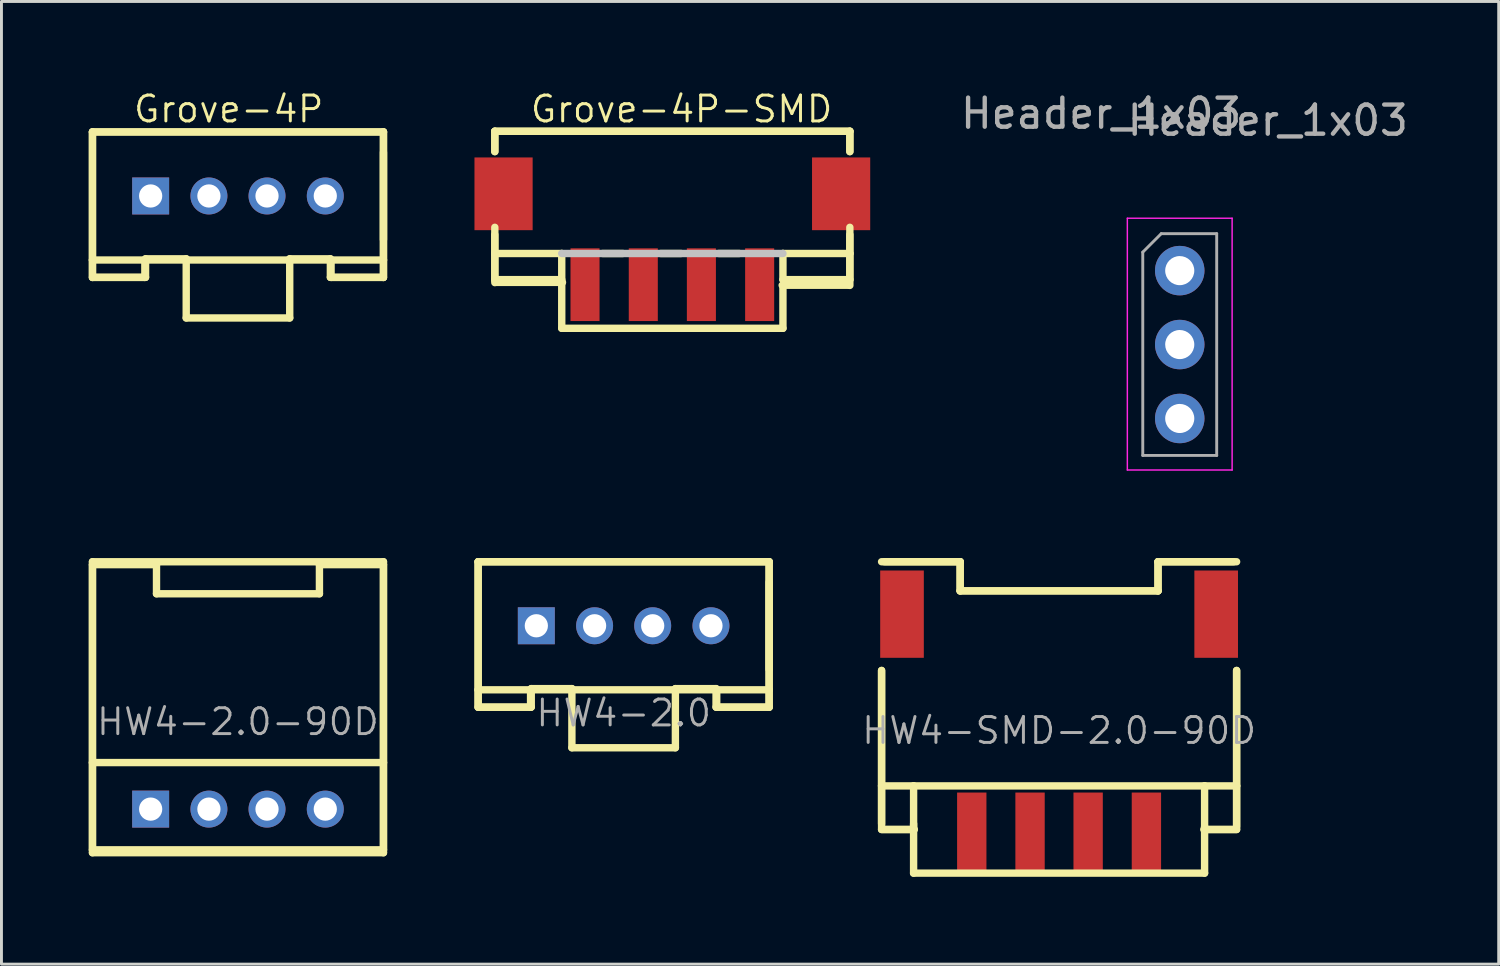
<source format=kicad_pcb>
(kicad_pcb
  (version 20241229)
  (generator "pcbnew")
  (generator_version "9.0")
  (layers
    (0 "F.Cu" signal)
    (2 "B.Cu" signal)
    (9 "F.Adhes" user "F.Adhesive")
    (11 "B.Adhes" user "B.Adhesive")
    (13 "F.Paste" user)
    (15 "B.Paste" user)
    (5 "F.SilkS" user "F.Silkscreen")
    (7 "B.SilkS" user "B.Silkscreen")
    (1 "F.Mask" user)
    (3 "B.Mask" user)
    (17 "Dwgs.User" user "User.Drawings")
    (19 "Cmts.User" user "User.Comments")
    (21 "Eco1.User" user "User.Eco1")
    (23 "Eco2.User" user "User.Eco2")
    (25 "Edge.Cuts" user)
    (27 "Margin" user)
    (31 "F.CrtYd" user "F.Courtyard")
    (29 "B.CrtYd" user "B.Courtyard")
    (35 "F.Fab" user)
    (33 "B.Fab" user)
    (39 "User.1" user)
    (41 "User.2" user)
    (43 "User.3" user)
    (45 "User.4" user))
  (footprint "Grove-4P"
    (layer "F.Cu")
    (at 5.126 3.683)
    (property "Reference" "Grove-4P" (at -0.318 -2.985 0) (layer "F.SilkS") (effects (font (size 0.889 0.889) (thickness 0.102))))
    (attr exclude_from_pos_files exclude_from_bom)
    (fp_line (start -4.999 -2.2) (end -4.999 2.2) (stroke (width 0.254) (type solid)) (layer "F.SilkS"))
    (fp_line (start -4.999 -2.2) (end 4.999 -2.2) (stroke (width 0.254) (type solid)) (layer "F.SilkS"))
    (fp_line (start -4.999 -2.2) (end 4.999 -2.2) (stroke (width 0.254) (type solid)) (layer "F.SilkS"))
    (fp_line (start -4.999 -0.998) (end -4.999 0.998) (stroke (width 0.127) (type solid)) (layer "F.SilkS"))
    (fp_line (start -4.999 2.2) (end -4.999 2.799) (stroke (width 0.254) (type solid)) (layer "F.SilkS"))
    (fp_line (start -4.999 2.2) (end -3.198 2.2) (stroke (width 0.254) (type solid)) (layer "F.SilkS"))
    (fp_line (start -4.999 2.799) (end -4.999 -2.2) (stroke (width 0.254) (type solid)) (layer "F.SilkS"))
    (fp_line (start -4.999 2.799) (end -3.198 2.799) (stroke (width 0.254) (type solid)) (layer "F.SilkS"))
    (fp_line (start -4.953 2.794) (end -3.175 2.794) (stroke (width 0.254) (type solid)) (layer "F.SilkS"))
    (fp_line (start -3.198 2.2) (end 3.198 2.2) (stroke (width 0.254) (type solid)) (layer "F.SilkS"))
    (fp_line (start -3.198 2.799) (end -3.198 2.2) (stroke (width 0.254) (type solid)) (layer "F.SilkS"))
    (fp_line (start -3.175 2.159) (end -1.778 2.159) (stroke (width 0.254) (type solid)) (layer "F.SilkS"))
    (fp_line (start -3.175 2.794) (end -3.175 2.159) (stroke (width 0.254) (type solid)) (layer "F.SilkS"))
    (fp_line (start -1.778 2.159) (end -1.778 4.191) (stroke (width 0.254) (type solid)) (layer "F.SilkS"))
    (fp_line (start -1.778 4.191) (end 1.778 4.191) (stroke (width 0.254) (type solid)) (layer "F.SilkS"))
    (fp_line (start 1.778 2.159) (end 3.175 2.159) (stroke (width 0.254) (type solid)) (layer "F.SilkS"))
    (fp_line (start 1.778 4.191) (end 1.778 2.159) (stroke (width 0.254) (type solid)) (layer "F.SilkS"))
    (fp_line (start 3.175 2.159) (end 3.175 2.794) (stroke (width 0.254) (type solid)) (layer "F.SilkS"))
    (fp_line (start 3.175 2.794) (end 4.953 2.794) (stroke (width 0.254) (type solid)) (layer "F.SilkS"))
    (fp_line (start 3.198 2.2) (end 3.198 2.799) (stroke (width 0.254) (type solid)) (layer "F.SilkS"))
    (fp_line (start 3.198 2.2) (end 4.999 2.2) (stroke (width 0.254) (type solid)) (layer "F.SilkS"))
    (fp_line (start 3.198 2.799) (end 4.999 2.799) (stroke (width 0.254) (type solid)) (layer "F.SilkS"))
    (fp_line (start 4.999 -2.2) (end 4.999 2.799) (stroke (width 0.254) (type solid)) (layer "F.SilkS"))
    (fp_line (start 4.999 -1.499) (end 4.999 1.499) (stroke (width 0.254) (type solid)) (layer "F.SilkS"))
    (fp_line (start 4.999 2.2) (end 4.999 -2.2) (stroke (width 0.254) (type solid)) (layer "F.SilkS"))
    (fp_line (start 4.999 2.799) (end 4.999 2.2) (stroke (width 0.254) (type solid)) (layer "F.SilkS"))
    (pad "1" thru_hole rect (at -3 0) (size 1.27 1.27) (drill 0.798) (layers "*.Cu" "*.Paste" "*.Mask"))
    (pad "2" thru_hole circle (at -0.998 0) (size 1.27 1.27) (drill 0.798) (layers "*.Cu" "*.Paste" "*.Mask"))
    (pad "3" thru_hole circle (at 0.998 0) (size 1.27 1.27) (drill 0.798) (layers "*.Cu" "*.Paste" "*.Mask"))
    (pad "4" thru_hole circle (at 3 0) (size 1.27 1.27) (drill 0.798) (layers "*.Cu" "*.Paste" "*.Mask")))
  (footprint "Grove-4P-SMD"
    (layer "F.Cu")
    (at 20.05 6.731)
    (property "Reference" "Grove-4P-SMD" (at 0.318 -6.032 0) (layer "F.SilkS") (effects (font (size 0.889 0.889) (thickness 0.102))))
    (attr smd)
    (fp_line (start -6.099 -5.271) (end -6.099 -4.572) (stroke (width 0.254) (type solid)) (layer "F.SilkS"))
    (fp_line (start -6.099 -5.271) (end -6.099 -4.572) (stroke (width 0.254) (type solid)) (layer "F.SilkS"))
    (fp_line (start -6.099 -5.271) (end 6.099 -5.271) (stroke (width 0.254) (type solid)) (layer "F.SilkS"))
    (fp_line (start -6.099 -5.271) (end 6.099 -5.271) (stroke (width 0.254) (type solid)) (layer "F.SilkS"))
    (fp_line (start -6.099 -1.971) (end -6.099 -0.071) (stroke (width 0.254) (type solid)) (layer "F.SilkS"))
    (fp_line (start -6.099 -1.072) (end -6.099 -1.717) (stroke (width 0.254) (type solid)) (layer "F.SilkS"))
    (fp_line (start -6.099 -1.072) (end -6.099 -0.173) (stroke (width 0.254) (type solid)) (layer "F.SilkS"))
    (fp_line (start -6.099 -1.072) (end -3.8 -1.072) (stroke (width 0.254) (type solid)) (layer "F.SilkS"))
    (fp_line (start -6.099 -0.173) (end -3.8 -0.173) (stroke (width 0.254) (type solid)) (layer "F.SilkS"))
    (fp_line (start -6.053 -0.079) (end -3.774 -0.079) (stroke (width 0.254) (type solid)) (layer "F.SilkS"))
    (fp_line (start -3.8 -0.173) (end -3.8 -1.072) (stroke (width 0.254) (type solid)) (layer "F.SilkS"))
    (fp_line (start -3.8 1.499) (end -3.8 -0.071) (stroke (width 0.254) (type solid)) (layer "F.SilkS"))
    (fp_line (start -2.398 -1.072) (end -1.699 -1.072) (stroke (width 0.254) (type solid)) (layer "F.SilkS"))
    (fp_line (start -0.399 -1.072) (end 0.3 -1.072) (stroke (width 0.254) (type solid)) (layer "F.SilkS"))
    (fp_line (start 1.598 -1.072) (end 2.299 -1.072) (stroke (width 0.254) (type solid)) (layer "F.SilkS"))
    (fp_line (start 3.774 0.02) (end 6.053 0.02) (stroke (width 0.254) (type solid)) (layer "F.SilkS"))
    (fp_line (start 3.8 -1.072) (end 3.8 -0.173) (stroke (width 0.254) (type solid)) (layer "F.SilkS"))
    (fp_line (start 3.8 -1.072) (end 6.099 -1.072) (stroke (width 0.254) (type solid)) (layer "F.SilkS"))
    (fp_line (start 3.8 -0.173) (end 6.099 -0.173) (stroke (width 0.254) (type solid)) (layer "F.SilkS"))
    (fp_line (start 3.8 0.025) (end 3.8 1.499) (stroke (width 0.254) (type solid)) (layer "F.SilkS"))
    (fp_line (start 3.8 1.499) (end -3.8 1.499) (stroke (width 0.254) (type solid)) (layer "F.SilkS"))
    (fp_line (start 6.099 -5.271) (end 6.099 -4.572) (stroke (width 0.254) (type solid)) (layer "F.SilkS"))
    (fp_line (start 6.099 -5.271) (end 6.099 -4.572) (stroke (width 0.254) (type solid)) (layer "F.SilkS"))
    (fp_line (start 6.099 -1.971) (end 6.099 0.025) (stroke (width 0.254) (type solid)) (layer "F.SilkS"))
    (fp_line (start 6.099 -1.072) (end 6.099 -1.717) (stroke (width 0.254) (type solid)) (layer "F.SilkS"))
    (fp_line (start 6.099 -0.173) (end 6.099 -1.072) (stroke (width 0.254) (type solid)) (layer "F.SilkS"))
    (fp_line (start -3.8 -1.072) (end 3.8 -1.072) (stroke (width 0.254) (type solid)) (layer "Dwgs.User"))
    (pad "1" smd rect (at -3 0 90) (size 2.499 0.998) (layers "F.Cu" "F.Mask" "F.Paste"))
    (pad "2" smd rect (at -0.998 0 90) (size 2.499 0.998) (layers "F.Cu" "F.Mask" "F.Paste"))
    (pad "3" smd rect (at 0.998 0 90) (size 2.499 0.998) (layers "F.Cu" "F.Mask" "F.Paste"))
    (pad "4" smd rect (at 3 0 90) (size 2.499 0.998) (layers "F.Cu" "F.Mask" "F.Paste"))
    (pad "SS1" smd rect (at -5.799 -3.122 90) (size 2.499 1.999) (layers "F.Cu" "F.Mask" "F.Paste"))
    (pad "SS2" smd rect (at 5.799 -3.122 90) (size 2.499 1.999) (layers "F.Cu" "F.Mask" "F.Paste")))
  (footprint "HW4-2.0"
    (layer "F.Cu")
    (at 18.377 18.45)
    (property "Reference" "HW4-2.0" (at 0.002 3 0) (layer "F.Fab") (effects (font (size 0.889 0.889) (thickness 0.102))))
    (attr exclude_from_pos_files exclude_from_bom)
    (fp_line (start -4.999 -2.2) (end -4.999 2.2) (stroke (width 0.254) (type solid)) (layer "F.SilkS"))
    (fp_line (start -4.999 -2.2) (end 4.999 -2.2) (stroke (width 0.254) (type solid)) (layer "F.SilkS"))
    (fp_line (start -4.999 -2.2) (end 4.999 -2.2) (stroke (width 0.254) (type solid)) (layer "F.SilkS"))
    (fp_line (start -4.999 -0.998) (end -4.999 0.998) (stroke (width 0.127) (type solid)) (layer "F.SilkS"))
    (fp_line (start -4.999 2.2) (end -4.999 2.799) (stroke (width 0.254) (type solid)) (layer "F.SilkS"))
    (fp_line (start -4.999 2.2) (end -3.198 2.2) (stroke (width 0.254) (type solid)) (layer "F.SilkS"))
    (fp_line (start -4.999 2.799) (end -4.999 -2.2) (stroke (width 0.254) (type solid)) (layer "F.SilkS"))
    (fp_line (start -4.999 2.799) (end -3.198 2.799) (stroke (width 0.254) (type solid)) (layer "F.SilkS"))
    (fp_line (start -4.953 2.794) (end -3.175 2.794) (stroke (width 0.254) (type solid)) (layer "F.SilkS"))
    (fp_line (start -3.198 2.2) (end 3.198 2.2) (stroke (width 0.254) (type solid)) (layer "F.SilkS"))
    (fp_line (start -3.198 2.799) (end -3.198 2.2) (stroke (width 0.254) (type solid)) (layer "F.SilkS"))
    (fp_line (start -3.175 2.159) (end -1.778 2.159) (stroke (width 0.254) (type solid)) (layer "F.SilkS"))
    (fp_line (start -3.175 2.794) (end -3.175 2.159) (stroke (width 0.254) (type solid)) (layer "F.SilkS"))
    (fp_line (start -1.778 2.159) (end -1.778 4.191) (stroke (width 0.254) (type solid)) (layer "F.SilkS"))
    (fp_line (start -1.778 4.191) (end 1.778 4.191) (stroke (width 0.254) (type solid)) (layer "F.SilkS"))
    (fp_line (start 1.778 2.159) (end 3.175 2.159) (stroke (width 0.254) (type solid)) (layer "F.SilkS"))
    (fp_line (start 1.778 4.191) (end 1.778 2.159) (stroke (width 0.254) (type solid)) (layer "F.SilkS"))
    (fp_line (start 3.175 2.159) (end 3.175 2.794) (stroke (width 0.254) (type solid)) (layer "F.SilkS"))
    (fp_line (start 3.175 2.794) (end 4.953 2.794) (stroke (width 0.254) (type solid)) (layer "F.SilkS"))
    (fp_line (start 3.198 2.2) (end 3.198 2.799) (stroke (width 0.254) (type solid)) (layer "F.SilkS"))
    (fp_line (start 3.198 2.2) (end 4.999 2.2) (stroke (width 0.254) (type solid)) (layer "F.SilkS"))
    (fp_line (start 3.198 2.799) (end 4.999 2.799) (stroke (width 0.254) (type solid)) (layer "F.SilkS"))
    (fp_line (start 4.999 -2.2) (end 4.999 2.799) (stroke (width 0.254) (type solid)) (layer "F.SilkS"))
    (fp_line (start 4.999 -1.499) (end 4.999 1.499) (stroke (width 0.254) (type solid)) (layer "F.SilkS"))
    (fp_line (start 4.999 2.2) (end 4.999 -2.2) (stroke (width 0.254) (type solid)) (layer "F.SilkS"))
    (fp_line (start 4.999 2.799) (end 4.999 2.2) (stroke (width 0.254) (type solid)) (layer "F.SilkS"))
    (pad "1" thru_hole rect (at -3 0) (size 1.27 1.27) (drill 0.798) (layers "*.Cu" "*.Paste" "*.Mask"))
    (pad "2" thru_hole circle (at -0.998 0) (size 1.27 1.27) (drill 0.798) (layers "*.Cu" "*.Paste" "*.Mask"))
    (pad "3" thru_hole circle (at 0.998 0) (size 1.27 1.27) (drill 0.798) (layers "*.Cu" "*.Paste" "*.Mask"))
    (pad "4" thru_hole circle (at 3 0) (size 1.27 1.27) (drill 0.798) (layers "*.Cu" "*.Paste" "*.Mask")))
  (footprint "HW4-SMD-2.0-90D"
    (layer "F.Cu")
    (at 33.338 25.45)
    (property "Reference" "HW4-SMD-2.0-90D" (at 0.002 -3.399 0) (layer "F.Fab") (effects (font (size 0.889 0.889) (thickness 0.102))))
    (attr smd)
    (fp_line (start -6.099 -9.2) (end -3.399 -9.2) (stroke (width 0.254) (type solid)) (layer "F.SilkS"))
    (fp_line (start -6.099 -5.464) (end -6.099 -0.198) (stroke (width 0.254) (type solid)) (layer "F.SilkS"))
    (fp_line (start -6.099 -1.499) (end -6.099 -5.464) (stroke (width 0.254) (type solid)) (layer "F.SilkS"))
    (fp_line (start -6.099 -1.499) (end -6.099 0) (stroke (width 0.254) (type solid)) (layer "F.SilkS"))
    (fp_line (start -6.099 -1.499) (end -4.999 -1.499) (stroke (width 0.254) (type solid)) (layer "F.SilkS"))
    (fp_line (start -6.099 0) (end -4.999 0) (stroke (width 0.254) (type solid)) (layer "F.SilkS"))
    (fp_line (start -6.053 0) (end -4.973 0) (stroke (width 0.254) (type solid)) (layer "F.SilkS"))
    (fp_line (start -5.999 -9.2) (end -3.399 -9.2) (stroke (width 0.254) (type solid)) (layer "F.SilkS"))
    (fp_line (start -4.999 -1.499) (end 4.999 -1.499) (stroke (width 0.254) (type solid)) (layer "F.SilkS"))
    (fp_line (start -4.999 0) (end -4.999 -1.499) (stroke (width 0.254) (type solid)) (layer "F.SilkS"))
    (fp_line (start -4.999 1.499) (end -4.999 -0.198) (stroke (width 0.254) (type solid)) (layer "F.SilkS"))
    (fp_line (start -3.399 -9.2) (end -3.399 -8.199) (stroke (width 0.254) (type solid)) (layer "F.SilkS"))
    (fp_line (start -3.399 -9.2) (end -3.399 -8.199) (stroke (width 0.254) (type solid)) (layer "F.SilkS"))
    (fp_line (start -3.399 -8.199) (end 3.399 -8.199) (stroke (width 0.254) (type solid)) (layer "F.SilkS"))
    (fp_line (start -3.399 -8.199) (end 3.399 -8.199) (stroke (width 0.254) (type solid)) (layer "F.SilkS"))
    (fp_line (start 3.399 -9.2) (end 5.999 -9.2) (stroke (width 0.254) (type solid)) (layer "F.SilkS"))
    (fp_line (start 3.399 -9.2) (end 6.099 -9.2) (stroke (width 0.254) (type solid)) (layer "F.SilkS"))
    (fp_line (start 3.399 -8.199) (end 3.399 -9.2) (stroke (width 0.254) (type solid)) (layer "F.SilkS"))
    (fp_line (start 3.399 -8.199) (end 3.399 -9.2) (stroke (width 0.254) (type solid)) (layer "F.SilkS"))
    (fp_line (start 4.973 0) (end 6.053 0) (stroke (width 0.254) (type solid)) (layer "F.SilkS"))
    (fp_line (start 4.999 -1.499) (end 4.999 0) (stroke (width 0.254) (type solid)) (layer "F.SilkS"))
    (fp_line (start 4.999 -1.499) (end 6.099 -1.499) (stroke (width 0.254) (type solid)) (layer "F.SilkS"))
    (fp_line (start 4.999 -0.099) (end 4.999 1.499) (stroke (width 0.254) (type solid)) (layer "F.SilkS"))
    (fp_line (start 4.999 0) (end 6.099 0) (stroke (width 0.254) (type solid)) (layer "F.SilkS"))
    (fp_line (start 4.999 1.499) (end -4.999 1.499) (stroke (width 0.254) (type solid)) (layer "F.SilkS"))
    (fp_line (start 6.099 -5.464) (end 6.099 -0.099) (stroke (width 0.254) (type solid)) (layer "F.SilkS"))
    (fp_line (start 6.099 -1.499) (end 6.099 -5.464) (stroke (width 0.254) (type solid)) (layer "F.SilkS"))
    (fp_line (start 6.099 0) (end 6.099 -1.499) (stroke (width 0.254) (type solid)) (layer "F.SilkS"))
    (pad "1" smd rect (at -3 0.099 90) (size 2.738 1.008) (layers "F.Cu" "F.Mask" "F.Paste"))
    (pad "2" smd rect (at -0.998 0.099 90) (size 2.738 1.008) (layers "F.Cu" "F.Mask" "F.Paste"))
    (pad "3" smd rect (at 0.998 0.099 90) (size 2.738 1.008) (layers "F.Cu" "F.Mask" "F.Paste"))
    (pad "4" smd rect (at 3 0.099 90) (size 2.738 1.008) (layers "F.Cu" "F.Mask" "F.Paste"))
    (pad "SS1" smd rect (at -5.397 -7.399 90) (size 3 1.499) (layers "F.Cu" "F.Mask" "F.Paste"))
    (pad "SS2" smd rect (at 5.397 -7.399 90) (size 3 1.499) (layers "F.Cu" "F.Mask" "F.Paste")))
  (footprint "Header_1x03"
    (layer "F.Cu")
    (at 37.483 6.248)
    (property "Reference" "Header_1x03" (at 3.025 -5.16 0) (layer "F.Fab") (effects (font (size 1 1) (thickness 0.15))))
    (attr through_hole)
    (fp_line (start -1.8 -1.8) (end -1.8 6.85) (stroke (width 0.05) (type solid)) (layer "F.CrtYd"))
    (fp_line (start -1.8 6.85) (end 1.8 6.85) (stroke (width 0.05) (type solid)) (layer "F.CrtYd"))
    (fp_line (start 1.8 -1.8) (end -1.8 -1.8) (stroke (width 0.05) (type solid)) (layer "F.CrtYd"))
    (fp_line (start 1.8 6.85) (end 1.8 -1.8) (stroke (width 0.05) (type solid)) (layer "F.CrtYd"))
    (fp_line (start -1.27 -0.635) (end -0.635 -1.27) (stroke (width 0.1) (type solid)) (layer "F.Fab"))
    (fp_line (start -1.27 6.35) (end -1.27 -0.635) (stroke (width 0.1) (type solid)) (layer "F.Fab"))
    (fp_line (start -0.635 -1.27) (end 1.27 -1.27) (stroke (width 0.1) (type solid)) (layer "F.Fab"))
    (fp_line (start 1.27 -1.27) (end 1.27 6.35) (stroke (width 0.1) (type solid)) (layer "F.Fab"))
    (fp_line (start 1.27 6.35) (end -1.27 6.35) (stroke (width 0.1) (type solid)) (layer "F.Fab"))
    (fp_text user "${REFERENCE}" (at -2.7 -5.4 180) (layer "F.Fab") (effects (font (size 1 1) (thickness 0.15))))
    (pad "1" thru_hole circle (at 0 0) (size 1.7 1.7) (drill 1) (layers "*.Cu" "*.Mask"))
    (pad "2" thru_hole oval (at 0 2.54) (size 1.7 1.7) (drill 1) (layers "*.Cu" "*.Mask"))
    (pad "3" thru_hole oval (at 0 5.08) (size 1.7 1.7) (drill 1) (layers "*.Cu" "*.Mask")))
  (footprint "HW4-2.0-90D"
    (layer "F.Cu")
    (at 5.126 24.749)
    (property "Reference" "HW4-2.0-90D" (at -0.002 -3 0) (layer "F.Fab") (effects (font (size 0.889 0.889) (thickness 0.102))))
    (attr exclude_from_pos_files exclude_from_bom)
    (fp_line (start -4.999 -8.499) (end 4.999 -8.499) (stroke (width 0.254) (type solid)) (layer "F.SilkS"))
    (fp_line (start -4.999 -8.4) (end -4.999 -1.598) (stroke (width 0.254) (type solid)) (layer "F.SilkS"))
    (fp_line (start -4.999 -8.4) (end -2.799 -8.4) (stroke (width 0.254) (type solid)) (layer "F.SilkS"))
    (fp_line (start -4.999 -1.598) (end -4.999 1.499) (stroke (width 0.254) (type solid)) (layer "F.SilkS"))
    (fp_line (start -4.999 -1.598) (end 4.999 -1.598) (stroke (width 0.254) (type solid)) (layer "F.SilkS"))
    (fp_line (start -4.999 -0.998) (end -4.999 0.998) (stroke (width 0.127) (type solid)) (layer "F.SilkS"))
    (fp_line (start -4.999 1.4) (end -4.999 -8.499) (stroke (width 0.254) (type solid)) (layer "F.SilkS"))
    (fp_line (start -4.999 1.499) (end 4.999 1.499) (stroke (width 0.254) (type solid)) (layer "F.SilkS"))
    (fp_line (start -2.799 -8.4) (end -2.799 -7.399) (stroke (width 0.254) (type solid)) (layer "F.SilkS"))
    (fp_line (start -2.799 -7.399) (end 2.799 -7.399) (stroke (width 0.254) (type solid)) (layer "F.SilkS"))
    (fp_line (start 2.799 -8.4) (end 4.999 -8.4) (stroke (width 0.254) (type solid)) (layer "F.SilkS"))
    (fp_line (start 2.799 -7.399) (end 2.799 -8.4) (stroke (width 0.254) (type solid)) (layer "F.SilkS"))
    (fp_line (start 4.999 -8.499) (end 4.999 1.4) (stroke (width 0.254) (type solid)) (layer "F.SilkS"))
    (fp_line (start 4.999 -1.598) (end 4.999 -8.4) (stroke (width 0.254) (type solid)) (layer "F.SilkS"))
    (fp_line (start 4.999 -1.598) (end 4.999 1.499) (stroke (width 0.254) (type solid)) (layer "F.SilkS"))
    (fp_line (start 4.999 1.4) (end -4.999 1.4) (stroke (width 0.254) (type solid)) (layer "F.SilkS"))
    (pad "1" thru_hole rect (at -3 0) (size 1.27 1.27) (drill 0.798) (layers "*.Cu" "*.Paste" "*.Mask"))
    (pad "2" thru_hole circle (at -0.998 0) (size 1.27 1.27) (drill 0.798) (layers "*.Cu" "*.Paste" "*.Mask"))
    (pad "3" thru_hole circle (at 0.998 0) (size 1.27 1.27) (drill 0.798) (layers "*.Cu" "*.Paste" "*.Mask"))
    (pad "4" thru_hole circle (at 3 0) (size 1.27 1.27) (drill 0.798) (layers "*.Cu" "*.Paste" "*.Mask")))
  (gr_rect
    (start -3 -3)
    (end 48.442 30.076)
    (stroke (width 0.1) (type default))
    (fill no)
    (layer "Edge.Cuts")))
</source>
